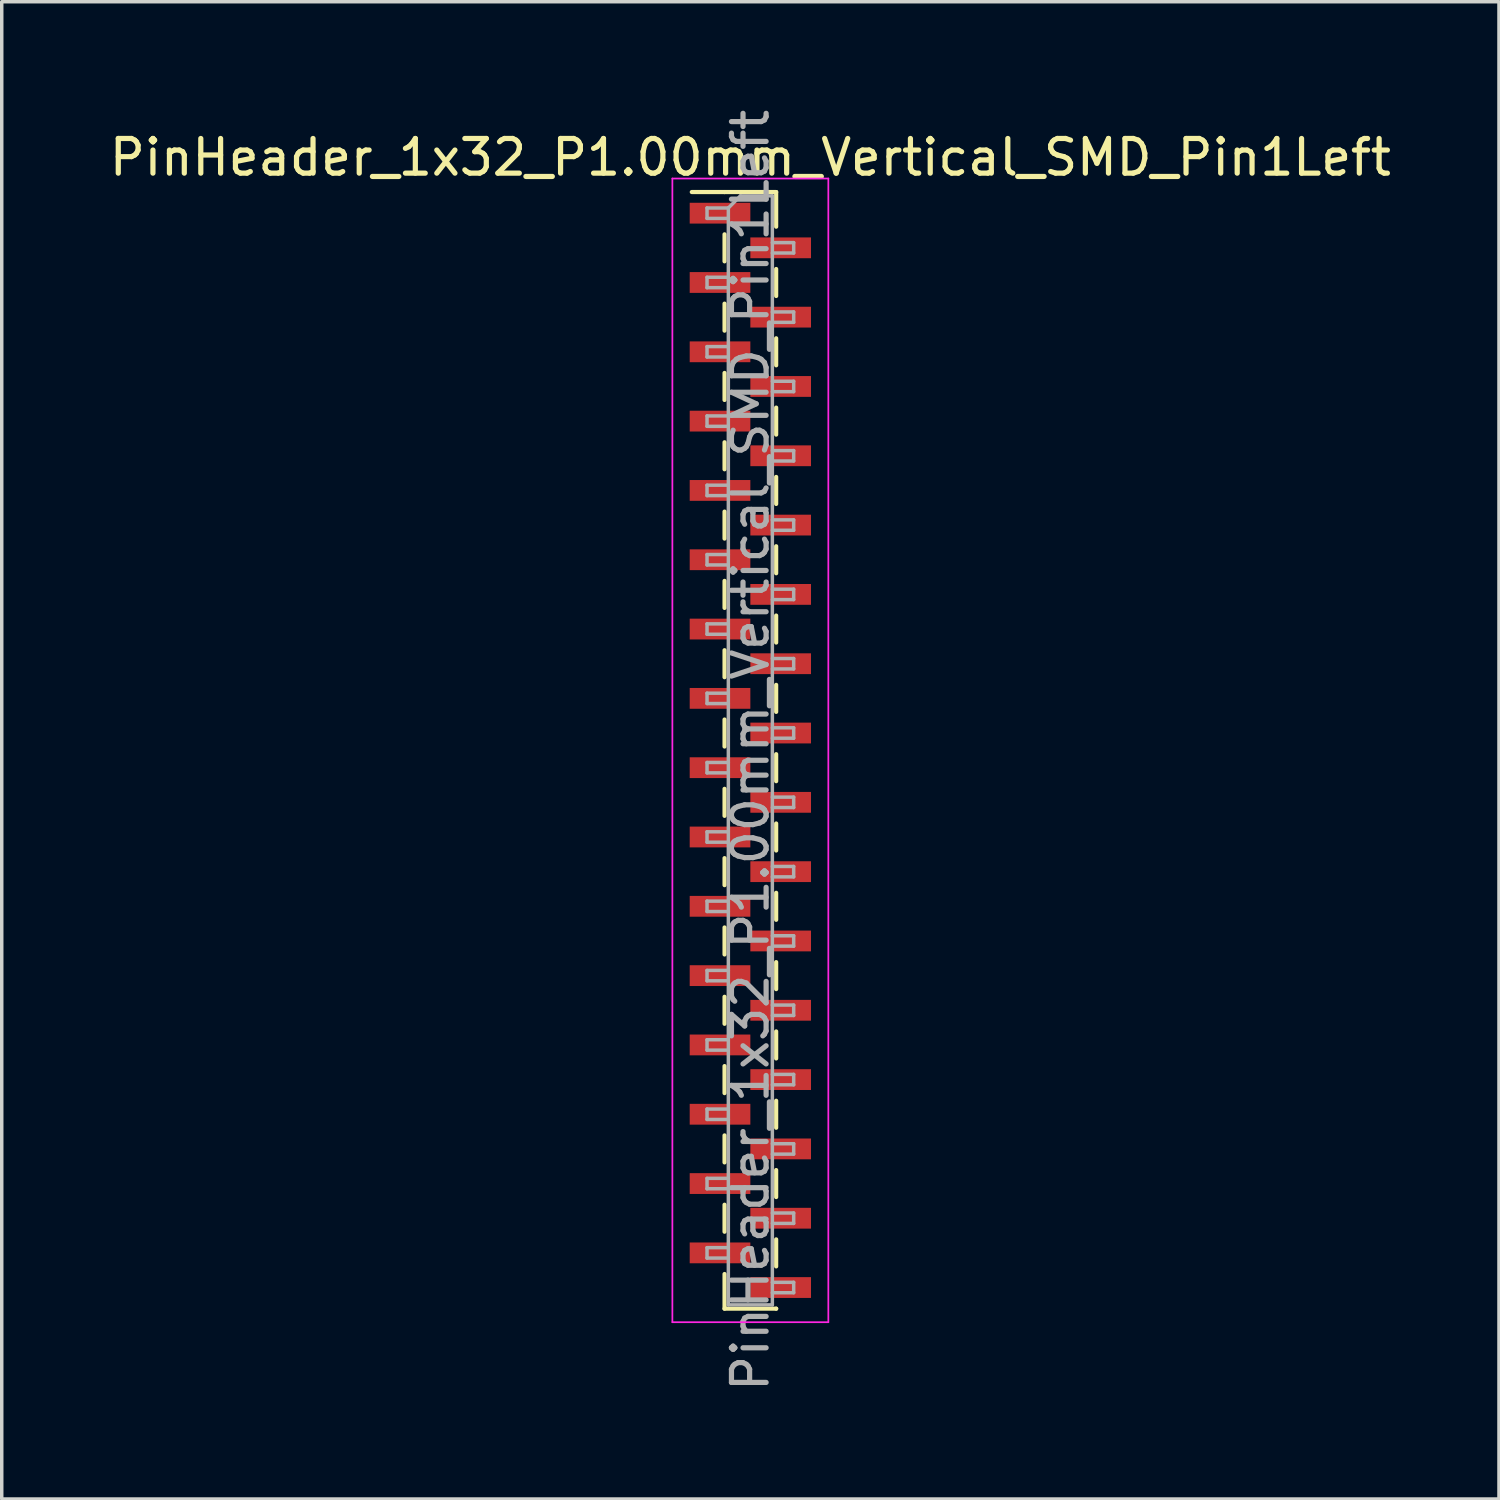
<source format=kicad_pcb>
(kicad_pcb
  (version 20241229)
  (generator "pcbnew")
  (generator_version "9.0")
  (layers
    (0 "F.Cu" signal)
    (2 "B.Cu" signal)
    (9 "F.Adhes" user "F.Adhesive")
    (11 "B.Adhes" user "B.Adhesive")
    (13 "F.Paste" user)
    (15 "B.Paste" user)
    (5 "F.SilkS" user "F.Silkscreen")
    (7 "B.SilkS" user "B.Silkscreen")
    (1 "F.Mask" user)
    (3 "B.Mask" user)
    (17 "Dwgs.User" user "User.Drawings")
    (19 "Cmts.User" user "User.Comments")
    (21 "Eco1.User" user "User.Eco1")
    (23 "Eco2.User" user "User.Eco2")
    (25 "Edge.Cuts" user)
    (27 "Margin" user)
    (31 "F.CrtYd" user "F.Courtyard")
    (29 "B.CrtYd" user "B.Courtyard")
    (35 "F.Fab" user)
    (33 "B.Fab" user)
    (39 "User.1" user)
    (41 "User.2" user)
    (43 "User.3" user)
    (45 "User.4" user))
  (footprint "PinHeader_1x32_P1.00mm_Vertical_SMD_Pin1Left"
    (layer "F.Cu")
    (at 18.601 18.601)
    (property "Reference" "PinHeader_1x32_P1.00mm_Vertical_SMD_Pin1Left" (at 0 -17.11 0) (layer "F.SilkS") (effects (font (size 1 1) (thickness 0.15))))
    (attr smd)
    (fp_line (start -0.745 -16.11) (end -1.69 -16.11) (stroke (width 0.12) (type solid)) (layer "F.SilkS"))
    (fp_line (start -0.745 -16.11) (end -0.745 -16.11) (stroke (width 0.12) (type solid)) (layer "F.SilkS"))
    (fp_line (start -0.745 -16.11) (end 0.745 -16.11) (stroke (width 0.12) (type solid)) (layer "F.SilkS"))
    (fp_line (start -0.745 -14.89) (end -0.745 -14.11) (stroke (width 0.12) (type solid)) (layer "F.SilkS"))
    (fp_line (start -0.745 -12.89) (end -0.745 -12.11) (stroke (width 0.12) (type solid)) (layer "F.SilkS"))
    (fp_line (start -0.745 -10.89) (end -0.745 -10.11) (stroke (width 0.12) (type solid)) (layer "F.SilkS"))
    (fp_line (start -0.745 -8.89) (end -0.745 -8.11) (stroke (width 0.12) (type solid)) (layer "F.SilkS"))
    (fp_line (start -0.745 -6.89) (end -0.745 -6.11) (stroke (width 0.12) (type solid)) (layer "F.SilkS"))
    (fp_line (start -0.745 -4.89) (end -0.745 -4.11) (stroke (width 0.12) (type solid)) (layer "F.SilkS"))
    (fp_line (start -0.745 -2.89) (end -0.745 -2.11) (stroke (width 0.12) (type solid)) (layer "F.SilkS"))
    (fp_line (start -0.745 -0.89) (end -0.745 -0.11) (stroke (width 0.12) (type solid)) (layer "F.SilkS"))
    (fp_line (start -0.745 1.11) (end -0.745 1.89) (stroke (width 0.12) (type solid)) (layer "F.SilkS"))
    (fp_line (start -0.745 3.11) (end -0.745 3.89) (stroke (width 0.12) (type solid)) (layer "F.SilkS"))
    (fp_line (start -0.745 5.11) (end -0.745 5.89) (stroke (width 0.12) (type solid)) (layer "F.SilkS"))
    (fp_line (start -0.745 7.11) (end -0.745 7.89) (stroke (width 0.12) (type solid)) (layer "F.SilkS"))
    (fp_line (start -0.745 9.11) (end -0.745 9.89) (stroke (width 0.12) (type solid)) (layer "F.SilkS"))
    (fp_line (start -0.745 11.11) (end -0.745 11.89) (stroke (width 0.12) (type solid)) (layer "F.SilkS"))
    (fp_line (start -0.745 13.11) (end -0.745 13.89) (stroke (width 0.12) (type solid)) (layer "F.SilkS"))
    (fp_line (start -0.745 15.11) (end -0.745 16.11) (stroke (width 0.12) (type solid)) (layer "F.SilkS"))
    (fp_line (start -0.745 16.11) (end 0.745 16.11) (stroke (width 0.12) (type solid)) (layer "F.SilkS"))
    (fp_line (start 0.745 -16.11) (end 0.745 -15.11) (stroke (width 0.12) (type solid)) (layer "F.SilkS"))
    (fp_line (start 0.745 -13.89) (end 0.745 -13.11) (stroke (width 0.12) (type solid)) (layer "F.SilkS"))
    (fp_line (start 0.745 -11.89) (end 0.745 -11.11) (stroke (width 0.12) (type solid)) (layer "F.SilkS"))
    (fp_line (start 0.745 -9.89) (end 0.745 -9.11) (stroke (width 0.12) (type solid)) (layer "F.SilkS"))
    (fp_line (start 0.745 -7.89) (end 0.745 -7.11) (stroke (width 0.12) (type solid)) (layer "F.SilkS"))
    (fp_line (start 0.745 -5.89) (end 0.745 -5.11) (stroke (width 0.12) (type solid)) (layer "F.SilkS"))
    (fp_line (start 0.745 -3.89) (end 0.745 -3.11) (stroke (width 0.12) (type solid)) (layer "F.SilkS"))
    (fp_line (start 0.745 -1.89) (end 0.745 -1.11) (stroke (width 0.12) (type solid)) (layer "F.SilkS"))
    (fp_line (start 0.745 0.11) (end 0.745 0.89) (stroke (width 0.12) (type solid)) (layer "F.SilkS"))
    (fp_line (start 0.745 2.11) (end 0.745 2.89) (stroke (width 0.12) (type solid)) (layer "F.SilkS"))
    (fp_line (start 0.745 4.11) (end 0.745 4.89) (stroke (width 0.12) (type solid)) (layer "F.SilkS"))
    (fp_line (start 0.745 6.11) (end 0.745 6.89) (stroke (width 0.12) (type solid)) (layer "F.SilkS"))
    (fp_line (start 0.745 8.11) (end 0.745 8.89) (stroke (width 0.12) (type solid)) (layer "F.SilkS"))
    (fp_line (start 0.745 10.11) (end 0.745 10.89) (stroke (width 0.12) (type solid)) (layer "F.SilkS"))
    (fp_line (start 0.745 12.11) (end 0.745 12.89) (stroke (width 0.12) (type solid)) (layer "F.SilkS"))
    (fp_line (start 0.745 14.11) (end 0.745 14.89) (stroke (width 0.12) (type solid)) (layer "F.SilkS"))
    (fp_line (start 0.745 16.11) (end 0.745 16.11) (stroke (width 0.12) (type solid)) (layer "F.SilkS"))
    (fp_line (start -2.25 -16.5) (end -2.25 16.5) (stroke (width 0.05) (type solid)) (layer "F.CrtYd"))
    (fp_line (start -2.25 16.5) (end 2.25 16.5) (stroke (width 0.05) (type solid)) (layer "F.CrtYd"))
    (fp_line (start 2.25 -16.5) (end -2.25 -16.5) (stroke (width 0.05) (type solid)) (layer "F.CrtYd"))
    (fp_line (start 2.25 16.5) (end 2.25 -16.5) (stroke (width 0.05) (type solid)) (layer "F.CrtYd"))
    (fp_line (start -1.25 -15.65) (end -1.25 -15.35) (stroke (width 0.1) (type solid)) (layer "F.Fab"))
    (fp_line (start -1.25 -15.35) (end -0.635 -15.35) (stroke (width 0.1) (type solid)) (layer "F.Fab"))
    (fp_line (start -1.25 -13.65) (end -1.25 -13.35) (stroke (width 0.1) (type solid)) (layer "F.Fab"))
    (fp_line (start -1.25 -13.35) (end -0.635 -13.35) (stroke (width 0.1) (type solid)) (layer "F.Fab"))
    (fp_line (start -1.25 -11.65) (end -1.25 -11.35) (stroke (width 0.1) (type solid)) (layer "F.Fab"))
    (fp_line (start -1.25 -11.35) (end -0.635 -11.35) (stroke (width 0.1) (type solid)) (layer "F.Fab"))
    (fp_line (start -1.25 -9.65) (end -1.25 -9.35) (stroke (width 0.1) (type solid)) (layer "F.Fab"))
    (fp_line (start -1.25 -9.35) (end -0.635 -9.35) (stroke (width 0.1) (type solid)) (layer "F.Fab"))
    (fp_line (start -1.25 -7.65) (end -1.25 -7.35) (stroke (width 0.1) (type solid)) (layer "F.Fab"))
    (fp_line (start -1.25 -7.35) (end -0.635 -7.35) (stroke (width 0.1) (type solid)) (layer "F.Fab"))
    (fp_line (start -1.25 -5.65) (end -1.25 -5.35) (stroke (width 0.1) (type solid)) (layer "F.Fab"))
    (fp_line (start -1.25 -5.35) (end -0.635 -5.35) (stroke (width 0.1) (type solid)) (layer "F.Fab"))
    (fp_line (start -1.25 -3.65) (end -1.25 -3.35) (stroke (width 0.1) (type solid)) (layer "F.Fab"))
    (fp_line (start -1.25 -3.35) (end -0.635 -3.35) (stroke (width 0.1) (type solid)) (layer "F.Fab"))
    (fp_line (start -1.25 -1.65) (end -1.25 -1.35) (stroke (width 0.1) (type solid)) (layer "F.Fab"))
    (fp_line (start -1.25 -1.35) (end -0.635 -1.35) (stroke (width 0.1) (type solid)) (layer "F.Fab"))
    (fp_line (start -1.25 0.35) (end -1.25 0.65) (stroke (width 0.1) (type solid)) (layer "F.Fab"))
    (fp_line (start -1.25 0.65) (end -0.635 0.65) (stroke (width 0.1) (type solid)) (layer "F.Fab"))
    (fp_line (start -1.25 2.35) (end -1.25 2.65) (stroke (width 0.1) (type solid)) (layer "F.Fab"))
    (fp_line (start -1.25 2.65) (end -0.635 2.65) (stroke (width 0.1) (type solid)) (layer "F.Fab"))
    (fp_line (start -1.25 4.35) (end -1.25 4.65) (stroke (width 0.1) (type solid)) (layer "F.Fab"))
    (fp_line (start -1.25 4.65) (end -0.635 4.65) (stroke (width 0.1) (type solid)) (layer "F.Fab"))
    (fp_line (start -1.25 6.35) (end -1.25 6.65) (stroke (width 0.1) (type solid)) (layer "F.Fab"))
    (fp_line (start -1.25 6.65) (end -0.635 6.65) (stroke (width 0.1) (type solid)) (layer "F.Fab"))
    (fp_line (start -1.25 8.35) (end -1.25 8.65) (stroke (width 0.1) (type solid)) (layer "F.Fab"))
    (fp_line (start -1.25 8.65) (end -0.635 8.65) (stroke (width 0.1) (type solid)) (layer "F.Fab"))
    (fp_line (start -1.25 10.35) (end -1.25 10.65) (stroke (width 0.1) (type solid)) (layer "F.Fab"))
    (fp_line (start -1.25 10.65) (end -0.635 10.65) (stroke (width 0.1) (type solid)) (layer "F.Fab"))
    (fp_line (start -1.25 12.35) (end -1.25 12.65) (stroke (width 0.1) (type solid)) (layer "F.Fab"))
    (fp_line (start -1.25 12.65) (end -0.635 12.65) (stroke (width 0.1) (type solid)) (layer "F.Fab"))
    (fp_line (start -1.25 14.35) (end -1.25 14.65) (stroke (width 0.1) (type solid)) (layer "F.Fab"))
    (fp_line (start -1.25 14.65) (end -0.635 14.65) (stroke (width 0.1) (type solid)) (layer "F.Fab"))
    (fp_line (start -0.635 -15.65) (end -1.25 -15.65) (stroke (width 0.1) (type solid)) (layer "F.Fab"))
    (fp_line (start -0.635 -15.65) (end -0.285 -16) (stroke (width 0.1) (type solid)) (layer "F.Fab"))
    (fp_line (start -0.635 -13.65) (end -1.25 -13.65) (stroke (width 0.1) (type solid)) (layer "F.Fab"))
    (fp_line (start -0.635 -11.65) (end -1.25 -11.65) (stroke (width 0.1) (type solid)) (layer "F.Fab"))
    (fp_line (start -0.635 -9.65) (end -1.25 -9.65) (stroke (width 0.1) (type solid)) (layer "F.Fab"))
    (fp_line (start -0.635 -7.65) (end -1.25 -7.65) (stroke (width 0.1) (type solid)) (layer "F.Fab"))
    (fp_line (start -0.635 -5.65) (end -1.25 -5.65) (stroke (width 0.1) (type solid)) (layer "F.Fab"))
    (fp_line (start -0.635 -3.65) (end -1.25 -3.65) (stroke (width 0.1) (type solid)) (layer "F.Fab"))
    (fp_line (start -0.635 -1.65) (end -1.25 -1.65) (stroke (width 0.1) (type solid)) (layer "F.Fab"))
    (fp_line (start -0.635 0.35) (end -1.25 0.35) (stroke (width 0.1) (type solid)) (layer "F.Fab"))
    (fp_line (start -0.635 2.35) (end -1.25 2.35) (stroke (width 0.1) (type solid)) (layer "F.Fab"))
    (fp_line (start -0.635 4.35) (end -1.25 4.35) (stroke (width 0.1) (type solid)) (layer "F.Fab"))
    (fp_line (start -0.635 6.35) (end -1.25 6.35) (stroke (width 0.1) (type solid)) (layer "F.Fab"))
    (fp_line (start -0.635 8.35) (end -1.25 8.35) (stroke (width 0.1) (type solid)) (layer "F.Fab"))
    (fp_line (start -0.635 10.35) (end -1.25 10.35) (stroke (width 0.1) (type solid)) (layer "F.Fab"))
    (fp_line (start -0.635 12.35) (end -1.25 12.35) (stroke (width 0.1) (type solid)) (layer "F.Fab"))
    (fp_line (start -0.635 14.35) (end -1.25 14.35) (stroke (width 0.1) (type solid)) (layer "F.Fab"))
    (fp_line (start -0.635 16) (end -0.635 -15.65) (stroke (width 0.1) (type solid)) (layer "F.Fab"))
    (fp_line (start -0.285 -16) (end 0.635 -16) (stroke (width 0.1) (type solid)) (layer "F.Fab"))
    (fp_line (start 0.635 -16) (end 0.635 16) (stroke (width 0.1) (type solid)) (layer "F.Fab"))
    (fp_line (start 0.635 -14.65) (end 1.25 -14.65) (stroke (width 0.1) (type solid)) (layer "F.Fab"))
    (fp_line (start 0.635 -12.65) (end 1.25 -12.65) (stroke (width 0.1) (type solid)) (layer "F.Fab"))
    (fp_line (start 0.635 -10.65) (end 1.25 -10.65) (stroke (width 0.1) (type solid)) (layer "F.Fab"))
    (fp_line (start 0.635 -8.65) (end 1.25 -8.65) (stroke (width 0.1) (type solid)) (layer "F.Fab"))
    (fp_line (start 0.635 -6.65) (end 1.25 -6.65) (stroke (width 0.1) (type solid)) (layer "F.Fab"))
    (fp_line (start 0.635 -4.65) (end 1.25 -4.65) (stroke (width 0.1) (type solid)) (layer "F.Fab"))
    (fp_line (start 0.635 -2.65) (end 1.25 -2.65) (stroke (width 0.1) (type solid)) (layer "F.Fab"))
    (fp_line (start 0.635 -0.65) (end 1.25 -0.65) (stroke (width 0.1) (type solid)) (layer "F.Fab"))
    (fp_line (start 0.635 1.35) (end 1.25 1.35) (stroke (width 0.1) (type solid)) (layer "F.Fab"))
    (fp_line (start 0.635 3.35) (end 1.25 3.35) (stroke (width 0.1) (type solid)) (layer "F.Fab"))
    (fp_line (start 0.635 5.35) (end 1.25 5.35) (stroke (width 0.1) (type solid)) (layer "F.Fab"))
    (fp_line (start 0.635 7.35) (end 1.25 7.35) (stroke (width 0.1) (type solid)) (layer "F.Fab"))
    (fp_line (start 0.635 9.35) (end 1.25 9.35) (stroke (width 0.1) (type solid)) (layer "F.Fab"))
    (fp_line (start 0.635 11.35) (end 1.25 11.35) (stroke (width 0.1) (type solid)) (layer "F.Fab"))
    (fp_line (start 0.635 13.35) (end 1.25 13.35) (stroke (width 0.1) (type solid)) (layer "F.Fab"))
    (fp_line (start 0.635 15.35) (end 1.25 15.35) (stroke (width 0.1) (type solid)) (layer "F.Fab"))
    (fp_line (start 0.635 16) (end -0.635 16) (stroke (width 0.1) (type solid)) (layer "F.Fab"))
    (fp_line (start 1.25 -14.65) (end 1.25 -14.35) (stroke (width 0.1) (type solid)) (layer "F.Fab"))
    (fp_line (start 1.25 -14.35) (end 0.635 -14.35) (stroke (width 0.1) (type solid)) (layer "F.Fab"))
    (fp_line (start 1.25 -12.65) (end 1.25 -12.35) (stroke (width 0.1) (type solid)) (layer "F.Fab"))
    (fp_line (start 1.25 -12.35) (end 0.635 -12.35) (stroke (width 0.1) (type solid)) (layer "F.Fab"))
    (fp_line (start 1.25 -10.65) (end 1.25 -10.35) (stroke (width 0.1) (type solid)) (layer "F.Fab"))
    (fp_line (start 1.25 -10.35) (end 0.635 -10.35) (stroke (width 0.1) (type solid)) (layer "F.Fab"))
    (fp_line (start 1.25 -8.65) (end 1.25 -8.35) (stroke (width 0.1) (type solid)) (layer "F.Fab"))
    (fp_line (start 1.25 -8.35) (end 0.635 -8.35) (stroke (width 0.1) (type solid)) (layer "F.Fab"))
    (fp_line (start 1.25 -6.65) (end 1.25 -6.35) (stroke (width 0.1) (type solid)) (layer "F.Fab"))
    (fp_line (start 1.25 -6.35) (end 0.635 -6.35) (stroke (width 0.1) (type solid)) (layer "F.Fab"))
    (fp_line (start 1.25 -4.65) (end 1.25 -4.35) (stroke (width 0.1) (type solid)) (layer "F.Fab"))
    (fp_line (start 1.25 -4.35) (end 0.635 -4.35) (stroke (width 0.1) (type solid)) (layer "F.Fab"))
    (fp_line (start 1.25 -2.65) (end 1.25 -2.35) (stroke (width 0.1) (type solid)) (layer "F.Fab"))
    (fp_line (start 1.25 -2.35) (end 0.635 -2.35) (stroke (width 0.1) (type solid)) (layer "F.Fab"))
    (fp_line (start 1.25 -0.65) (end 1.25 -0.35) (stroke (width 0.1) (type solid)) (layer "F.Fab"))
    (fp_line (start 1.25 -0.35) (end 0.635 -0.35) (stroke (width 0.1) (type solid)) (layer "F.Fab"))
    (fp_line (start 1.25 1.35) (end 1.25 1.65) (stroke (width 0.1) (type solid)) (layer "F.Fab"))
    (fp_line (start 1.25 1.65) (end 0.635 1.65) (stroke (width 0.1) (type solid)) (layer "F.Fab"))
    (fp_line (start 1.25 3.35) (end 1.25 3.65) (stroke (width 0.1) (type solid)) (layer "F.Fab"))
    (fp_line (start 1.25 3.65) (end 0.635 3.65) (stroke (width 0.1) (type solid)) (layer "F.Fab"))
    (fp_line (start 1.25 5.35) (end 1.25 5.65) (stroke (width 0.1) (type solid)) (layer "F.Fab"))
    (fp_line (start 1.25 5.65) (end 0.635 5.65) (stroke (width 0.1) (type solid)) (layer "F.Fab"))
    (fp_line (start 1.25 7.35) (end 1.25 7.65) (stroke (width 0.1) (type solid)) (layer "F.Fab"))
    (fp_line (start 1.25 7.65) (end 0.635 7.65) (stroke (width 0.1) (type solid)) (layer "F.Fab"))
    (fp_line (start 1.25 9.35) (end 1.25 9.65) (stroke (width 0.1) (type solid)) (layer "F.Fab"))
    (fp_line (start 1.25 9.65) (end 0.635 9.65) (stroke (width 0.1) (type solid)) (layer "F.Fab"))
    (fp_line (start 1.25 11.35) (end 1.25 11.65) (stroke (width 0.1) (type solid)) (layer "F.Fab"))
    (fp_line (start 1.25 11.65) (end 0.635 11.65) (stroke (width 0.1) (type solid)) (layer "F.Fab"))
    (fp_line (start 1.25 13.35) (end 1.25 13.65) (stroke (width 0.1) (type solid)) (layer "F.Fab"))
    (fp_line (start 1.25 13.65) (end 0.635 13.65) (stroke (width 0.1) (type solid)) (layer "F.Fab"))
    (fp_line (start 1.25 15.35) (end 1.25 15.65) (stroke (width 0.1) (type solid)) (layer "F.Fab"))
    (fp_line (start 1.25 15.65) (end 0.635 15.65) (stroke (width 0.1) (type solid)) (layer "F.Fab"))
    (fp_text user "${REFERENCE}" (at 0 0 90) (layer "F.Fab") (effects (font (size 1 1) (thickness 0.15))))
    (pad "1" smd rect (at -0.875 -15.5) (size 1.75 0.6) (layers "F.Cu" "F.Mask" "F.Paste"))
    (pad "2" smd rect (at 0.875 -14.5) (size 1.75 0.6) (layers "F.Cu" "F.Mask" "F.Paste"))
    (pad "3" smd rect (at -0.875 -13.5) (size 1.75 0.6) (layers "F.Cu" "F.Mask" "F.Paste"))
    (pad "4" smd rect (at 0.875 -12.5) (size 1.75 0.6) (layers "F.Cu" "F.Mask" "F.Paste"))
    (pad "5" smd rect (at -0.875 -11.5) (size 1.75 0.6) (layers "F.Cu" "F.Mask" "F.Paste"))
    (pad "6" smd rect (at 0.875 -10.5) (size 1.75 0.6) (layers "F.Cu" "F.Mask" "F.Paste"))
    (pad "7" smd rect (at -0.875 -9.5) (size 1.75 0.6) (layers "F.Cu" "F.Mask" "F.Paste"))
    (pad "8" smd rect (at 0.875 -8.5) (size 1.75 0.6) (layers "F.Cu" "F.Mask" "F.Paste"))
    (pad "9" smd rect (at -0.875 -7.5) (size 1.75 0.6) (layers "F.Cu" "F.Mask" "F.Paste"))
    (pad "10" smd rect (at 0.875 -6.5) (size 1.75 0.6) (layers "F.Cu" "F.Mask" "F.Paste"))
    (pad "11" smd rect (at -0.875 -5.5) (size 1.75 0.6) (layers "F.Cu" "F.Mask" "F.Paste"))
    (pad "12" smd rect (at 0.875 -4.5) (size 1.75 0.6) (layers "F.Cu" "F.Mask" "F.Paste"))
    (pad "13" smd rect (at -0.875 -3.5) (size 1.75 0.6) (layers "F.Cu" "F.Mask" "F.Paste"))
    (pad "14" smd rect (at 0.875 -2.5) (size 1.75 0.6) (layers "F.Cu" "F.Mask" "F.Paste"))
    (pad "15" smd rect (at -0.875 -1.5) (size 1.75 0.6) (layers "F.Cu" "F.Mask" "F.Paste"))
    (pad "16" smd rect (at 0.875 -0.5) (size 1.75 0.6) (layers "F.Cu" "F.Mask" "F.Paste"))
    (pad "17" smd rect (at -0.875 0.5) (size 1.75 0.6) (layers "F.Cu" "F.Mask" "F.Paste"))
    (pad "18" smd rect (at 0.875 1.5) (size 1.75 0.6) (layers "F.Cu" "F.Mask" "F.Paste"))
    (pad "19" smd rect (at -0.875 2.5) (size 1.75 0.6) (layers "F.Cu" "F.Mask" "F.Paste"))
    (pad "20" smd rect (at 0.875 3.5) (size 1.75 0.6) (layers "F.Cu" "F.Mask" "F.Paste"))
    (pad "21" smd rect (at -0.875 4.5) (size 1.75 0.6) (layers "F.Cu" "F.Mask" "F.Paste"))
    (pad "22" smd rect (at 0.875 5.5) (size 1.75 0.6) (layers "F.Cu" "F.Mask" "F.Paste"))
    (pad "23" smd rect (at -0.875 6.5) (size 1.75 0.6) (layers "F.Cu" "F.Mask" "F.Paste"))
    (pad "24" smd rect (at 0.875 7.5) (size 1.75 0.6) (layers "F.Cu" "F.Mask" "F.Paste"))
    (pad "25" smd rect (at -0.875 8.5) (size 1.75 0.6) (layers "F.Cu" "F.Mask" "F.Paste"))
    (pad "26" smd rect (at 0.875 9.5) (size 1.75 0.6) (layers "F.Cu" "F.Mask" "F.Paste"))
    (pad "27" smd rect (at -0.875 10.5) (size 1.75 0.6) (layers "F.Cu" "F.Mask" "F.Paste"))
    (pad "28" smd rect (at 0.875 11.5) (size 1.75 0.6) (layers "F.Cu" "F.Mask" "F.Paste"))
    (pad "29" smd rect (at -0.875 12.5) (size 1.75 0.6) (layers "F.Cu" "F.Mask" "F.Paste"))
    (pad "30" smd rect (at 0.875 13.5) (size 1.75 0.6) (layers "F.Cu" "F.Mask" "F.Paste"))
    (pad "31" smd rect (at -0.875 14.5) (size 1.75 0.6) (layers "F.Cu" "F.Mask" "F.Paste"))
    (pad "32" smd rect (at 0.875 15.5) (size 1.75 0.6) (layers "F.Cu" "F.Mask" "F.Paste")))
  (gr_rect
    (start -3 -3)
    (end 40.202 40.202)
    (stroke (width 0.1) (type default))
    (fill no)
    (layer "Edge.Cuts")))
</source>
